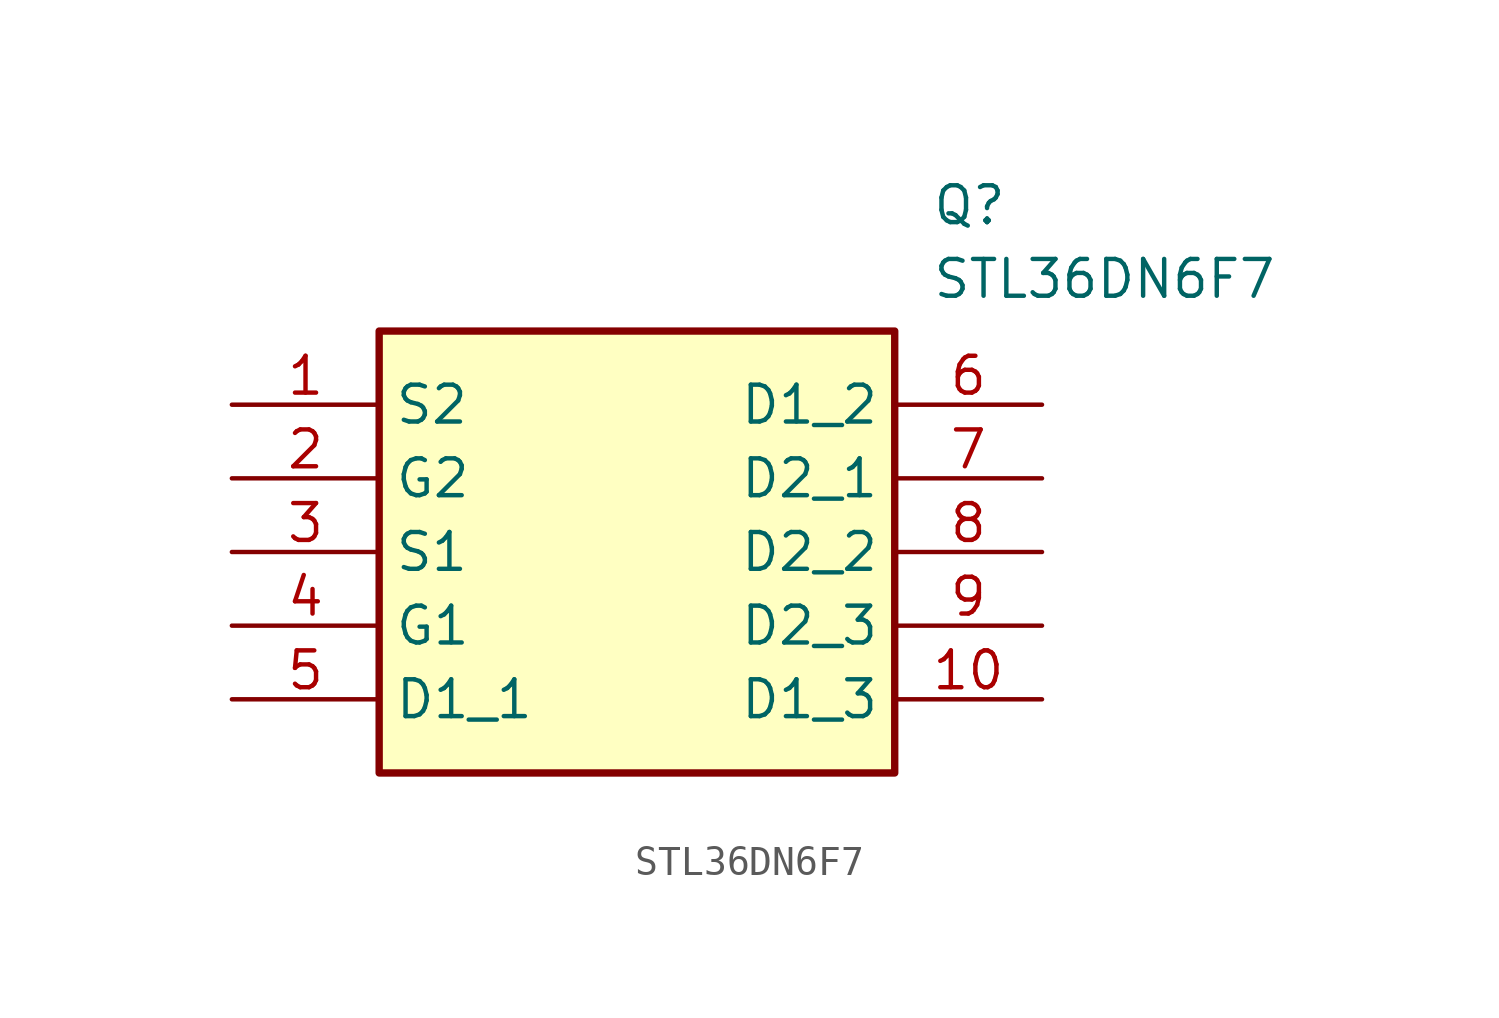
<source format=kicad_sym>
(kicad_symbol_lib
  (version 20211014)
  (generator SamacSys_ECAD_Model)
  (symbol "STL36DN6F7"
    (property "Reference" "Q"
      (at 24.13 7.62 0)
      (effects (font (size 1.27 1.27)) (justify left top)))
    (property "Value" "STL36DN6F7"
      (at 24.13 5.08 0)
      (effects (font (size 1.27 1.27)) (justify left top)))
    (rectangle
      (start 5.08 2.54)
      (end 22.86 -12.7)
      (stroke (width 0.254) (type default))
      (fill (type background)))
    (pin passive line
      (at 0 0 0)
      (length 5.08)
      (name "S2" (effects (font (size 1.27 1.27))))
      (number "1" (effects (font (size 1.27 1.27)))))
    (pin passive line
      (at 0 -2.54 0)
      (length 5.08)
      (name "G2" (effects (font (size 1.27 1.27))))
      (number "2" (effects (font (size 1.27 1.27)))))
    (pin passive line
      (at 0 -5.08 0)
      (length 5.08)
      (name "S1" (effects (font (size 1.27 1.27))))
      (number "3" (effects (font (size 1.27 1.27)))))
    (pin passive line
      (at 0 -7.62 0)
      (length 5.08)
      (name "G1" (effects (font (size 1.27 1.27))))
      (number "4" (effects (font (size 1.27 1.27)))))
    (pin passive line
      (at 0 -10.16 0)
      (length 5.08)
      (name "D1_1" (effects (font (size 1.27 1.27))))
      (number "5" (effects (font (size 1.27 1.27)))))
    (pin passive line
      (at 27.94 0 180)
      (length 5.08)
      (name "D1_2" (effects (font (size 1.27 1.27))))
      (number "6" (effects (font (size 1.27 1.27)))))
    (pin passive line
      (at 27.94 -2.54 180)
      (length 5.08)
      (name "D2_1" (effects (font (size 1.27 1.27))))
      (number "7" (effects (font (size 1.27 1.27)))))
    (pin passive line
      (at 27.94 -5.08 180)
      (length 5.08)
      (name "D2_2" (effects (font (size 1.27 1.27))))
      (number "8" (effects (font (size 1.27 1.27)))))
    (pin passive line
      (at 27.94 -7.62 180)
      (length 5.08)
      (name "D2_3" (effects (font (size 1.27 1.27))))
      (number "9" (effects (font (size 1.27 1.27)))))
    (pin passive line
      (at 27.94 -10.16 180)
      (length 5.08)
      (name "D1_3" (effects (font (size 1.27 1.27))))
      (number "10" (effects (font (size 1.27 1.27)))))))
</source>
